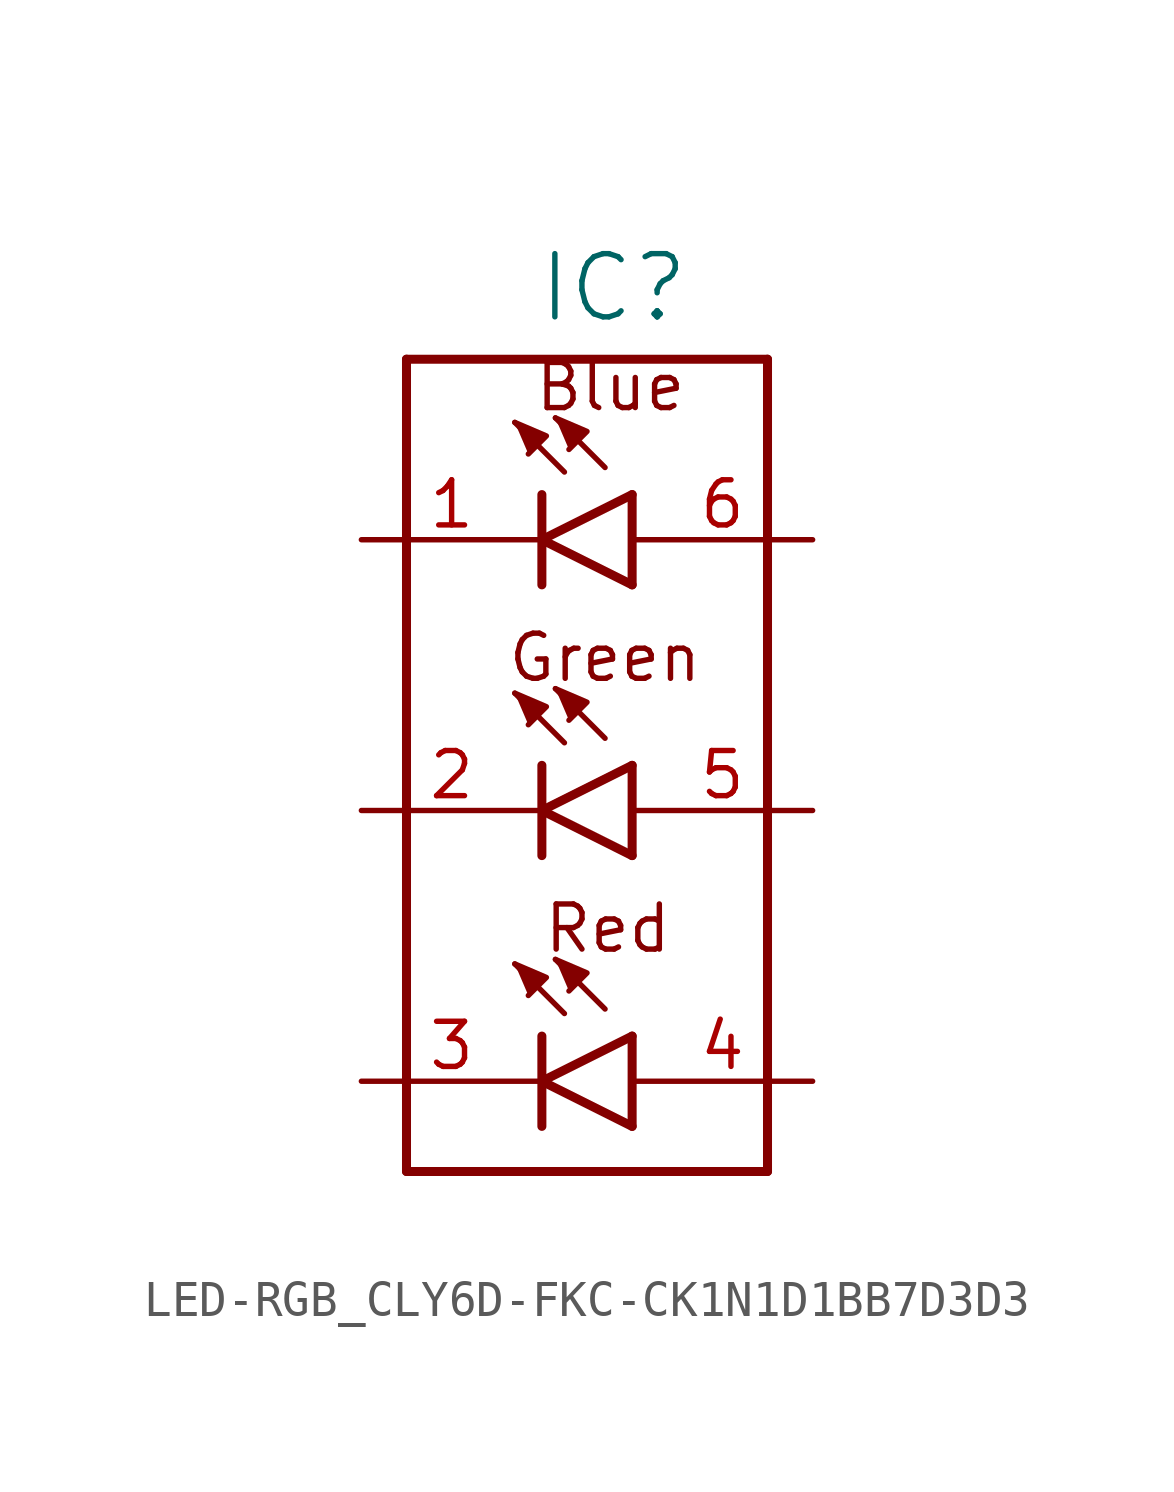
<source format=kicad_sym>
(kicad_symbol_lib
  (version 20211014)
  (generator kicad_symbol_editor)
  (symbol "LED-RGB_CLY6D-FKC-CK1N1D1BB7D3D3"
    (property "Reference" "IC"
      (at 4.191 15.748 0)
      (effects (font (size 1.778 1.778)) (justify right top)))
    (property "ki_locked" ""
      (at 0 0 0)
      (effects (font (size 1.27 1.27))))
    (symbol "LED-RGB_CLY6D-FKC-CK1N1D1BB7D3D3_1_0"
      (polyline (pts (xy -3.81 -10.16) (xy 6.35 -10.16)) (stroke (width 0.254) (type default) (color 0 0 0 0)) (fill (type none)))
      (polyline (pts (xy -3.81 12.7) (xy -3.81 -10.16)) (stroke (width 0.254) (type default) (color 0 0 0 0)) (fill (type none)))
      (polyline (pts (xy 0 -8.89) (xy 0 -7.62)) (stroke (width 0.254) (type default) (color 0 0 0 0)) (fill (type none)))
      (polyline (pts (xy 0 -7.62) (xy 0 -6.35)) (stroke (width 0.254) (type default) (color 0 0 0 0)) (fill (type none)))
      (polyline (pts (xy 0 -7.62) (xy 2.54 -6.35)) (stroke (width 0.254) (type default) (color 0 0 0 0)) (fill (type none)))
      (polyline (pts (xy 0 -1.27) (xy 0 0)) (stroke (width 0.254) (type default) (color 0 0 0 0)) (fill (type none)))
      (polyline (pts (xy 0 0) (xy 0 1.27)) (stroke (width 0.254) (type default) (color 0 0 0 0)) (fill (type none)))
      (polyline (pts (xy 0 0) (xy 2.54 1.27)) (stroke (width 0.254) (type default) (color 0 0 0 0)) (fill (type none)))
      (polyline (pts (xy 0 6.35) (xy 0 7.62)) (stroke (width 0.254) (type default) (color 0 0 0 0)) (fill (type none)))
      (polyline (pts (xy 0 7.62) (xy 0 8.89)) (stroke (width 0.254) (type default) (color 0 0 0 0)) (fill (type none)))
      (polyline (pts (xy 0 7.62) (xy 2.54 8.89)) (stroke (width 0.254) (type default) (color 0 0 0 0)) (fill (type none)))
      (polyline (pts (xy 0.635 -5.715) (xy -0.762 -4.318)) (stroke (width 0.152) (type default) (color 0 0 0 0)) (fill (type none)))
      (polyline (pts (xy 0.635 1.905) (xy -0.762 3.302)) (stroke (width 0.152) (type default) (color 0 0 0 0)) (fill (type none)))
      (polyline (pts (xy 0.635 9.525) (xy -0.762 10.922)) (stroke (width 0.152) (type default) (color 0 0 0 0)) (fill (type none)))
      (polyline (pts (xy 1.778 -5.588) (xy 0.381 -4.191)) (stroke (width 0.152) (type default) (color 0 0 0 0)) (fill (type none)))
      (polyline (pts (xy 1.778 2.032) (xy 0.381 3.429)) (stroke (width 0.152) (type default) (color 0 0 0 0)) (fill (type none)))
      (polyline (pts (xy 1.778 9.652) (xy 0.381 11.049)) (stroke (width 0.152) (type default) (color 0 0 0 0)) (fill (type none)))
      (polyline (pts (xy 2.54 -8.89) (xy 0 -7.62)) (stroke (width 0.254) (type default) (color 0 0 0 0)) (fill (type none)))
      (polyline (pts (xy 2.54 -8.89) (xy 2.54 -6.35)) (stroke (width 0.254) (type default) (color 0 0 0 0)) (fill (type none)))
      (polyline (pts (xy 2.54 -1.27) (xy 0 0)) (stroke (width 0.254) (type default) (color 0 0 0 0)) (fill (type none)))
      (polyline (pts (xy 2.54 -1.27) (xy 2.54 1.27)) (stroke (width 0.254) (type default) (color 0 0 0 0)) (fill (type none)))
      (polyline (pts (xy 2.54 6.35) (xy 0 7.62)) (stroke (width 0.254) (type default) (color 0 0 0 0)) (fill (type none)))
      (polyline (pts (xy 2.54 6.35) (xy 2.54 8.89)) (stroke (width 0.254) (type default) (color 0 0 0 0)) (fill (type none)))
      (polyline (pts (xy 6.35 -10.16) (xy 6.35 12.7)) (stroke (width 0.254) (type default) (color 0 0 0 0)) (fill (type none)))
      (polyline (pts (xy 6.35 12.7) (xy -3.81 12.7)) (stroke (width 0.254) (type default) (color 0 0 0 0)) (fill (type none)))
      (polyline (pts (xy -0.762 -4.318) (xy 0.127 -4.699) (xy -0.381 -5.207)) (stroke (width 0) (type default) (color 0 0 0 0)) (fill (type outline)))
      (polyline (pts (xy -0.762 3.302) (xy 0.127 2.921) (xy -0.381 2.413)) (stroke (width 0) (type default) (color 0 0 0 0)) (fill (type outline)))
      (polyline (pts (xy -0.762 10.922) (xy 0.127 10.541) (xy -0.381 10.033)) (stroke (width 0) (type default) (color 0 0 0 0)) (fill (type outline)))
      (polyline (pts (xy 0.381 -4.191) (xy 1.27 -4.572) (xy 0.762 -5.08)) (stroke (width 0) (type default) (color 0 0 0 0)) (fill (type outline)))
      (polyline (pts (xy 0.381 3.429) (xy 1.27 3.048) (xy 0.762 2.54)) (stroke (width 0) (type default) (color 0 0 0 0)) (fill (type outline)))
      (polyline (pts (xy 0.381 11.049) (xy 1.27 10.668) (xy 0.762 10.16)) (stroke (width 0) (type default) (color 0 0 0 0)) (fill (type outline)))
      (text "Blue" (at -0.254 11.176 0) (effects (font (size 1.27 1.27)) (justify left bottom)))
      (text "Green" (at -1.016 3.556 0) (effects (font (size 1.27 1.27)) (justify left bottom)))
      (text "Red" (at 0 -4.064 0) (effects (font (size 1.27 1.27)) (justify left bottom)))
      (pin bidirectional line (at -5.08 7.62 0) (length 5.08) (name "BLUE_CATHODE" (effects (font (size 0 0)))) (number "1" (effects (font (size 1.27 1.27)))))
      (pin bidirectional line (at -5.08 0 0) (length 5.08) (name "GREEN_CATHODE" (effects (font (size 0 0)))) (number "2" (effects (font (size 1.27 1.27)))))
      (pin bidirectional line (at -5.08 -7.62 0) (length 5.08) (name "RED_CATHODE" (effects (font (size 0 0)))) (number "3" (effects (font (size 1.27 1.27)))))
      (pin bidirectional line (at 7.62 -7.62 180) (length 5.08) (name "RED_ANODE" (effects (font (size 0 0)))) (number "4" (effects (font (size 1.27 1.27)))))
      (pin bidirectional line (at 7.62 0 180) (length 5.08) (name "GREEN_ANODE" (effects (font (size 0 0)))) (number "5" (effects (font (size 1.27 1.27)))))
      (pin bidirectional line (at 7.62 7.62 180) (length 5.08) (name "BLUE_ANODE" (effects (font (size 0 0)))) (number "6" (effects (font (size 1.27 1.27))))))))
</source>
